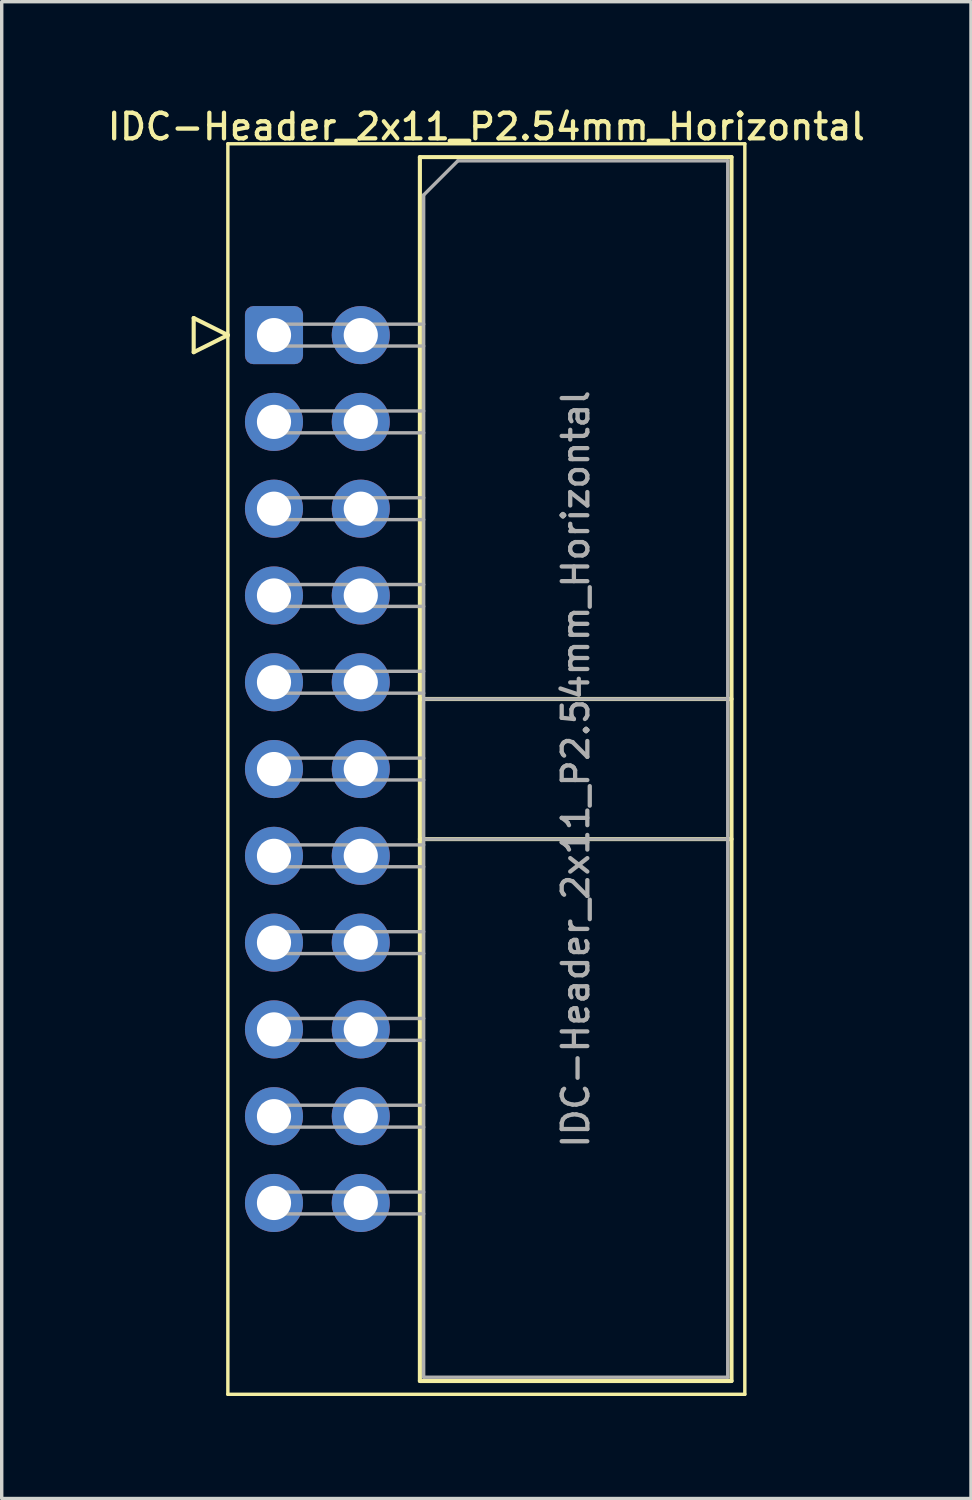
<source format=kicad_pcb>
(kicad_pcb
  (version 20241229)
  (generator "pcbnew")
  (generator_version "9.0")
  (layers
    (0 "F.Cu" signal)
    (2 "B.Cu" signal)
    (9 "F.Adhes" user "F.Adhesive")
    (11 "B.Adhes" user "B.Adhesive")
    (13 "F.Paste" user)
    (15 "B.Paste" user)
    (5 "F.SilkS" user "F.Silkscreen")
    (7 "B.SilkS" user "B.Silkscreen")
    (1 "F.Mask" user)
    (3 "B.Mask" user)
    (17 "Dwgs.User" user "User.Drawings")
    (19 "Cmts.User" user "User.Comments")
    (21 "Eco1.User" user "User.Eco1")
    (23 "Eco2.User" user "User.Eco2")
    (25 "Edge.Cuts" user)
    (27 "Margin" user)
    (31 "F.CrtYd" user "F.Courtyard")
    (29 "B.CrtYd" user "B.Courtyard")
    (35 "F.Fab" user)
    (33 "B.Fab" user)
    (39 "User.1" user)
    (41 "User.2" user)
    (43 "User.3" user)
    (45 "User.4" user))
  (footprint "IDC-Header_2x11_P2.54mm_Horizontal"
    (layer "F.Cu")
    (at 4.969 6.758)
    (property "Reference" "IDC-Header_2x11_P2.54mm_Horizontal" (at 6.215 -6.1 0) (layer "F.SilkS") (effects (font (size 0.75 0.75) (thickness 0.125))))
    (attr through_hole)
    (fp_line (start -2.35 -0.5) (end -2.35 0.5) (stroke (width 0.12) (type solid)) (layer "F.SilkS"))
    (fp_line (start -2.35 0.5) (end -1.35 0) (stroke (width 0.12) (type solid)) (layer "F.SilkS"))
    (fp_line (start -1.35 -5.6) (end -1.35 31) (stroke (width 0.1) (type solid)) (layer "F.SilkS"))
    (fp_line (start -1.35 0) (end -2.35 -0.5) (stroke (width 0.12) (type solid)) (layer "F.SilkS"))
    (fp_line (start -1.35 31) (end 13.78 31) (stroke (width 0.1) (type solid)) (layer "F.SilkS"))
    (fp_line (start 4.27 -5.21) (end 13.39 -5.21) (stroke (width 0.12) (type solid)) (layer "F.SilkS"))
    (fp_line (start 4.27 10.65) (end 13.39 10.65) (stroke (width 0.12) (type solid)) (layer "F.SilkS"))
    (fp_line (start 4.27 14.75) (end 13.39 14.75) (stroke (width 0.12) (type solid)) (layer "F.SilkS"))
    (fp_line (start 4.27 30.61) (end 4.27 -5.21) (stroke (width 0.12) (type solid)) (layer "F.SilkS"))
    (fp_line (start 13.39 -5.21) (end 13.39 30.61) (stroke (width 0.12) (type solid)) (layer "F.SilkS"))
    (fp_line (start 13.39 30.61) (end 4.27 30.61) (stroke (width 0.12) (type solid)) (layer "F.SilkS"))
    (fp_line (start 13.78 -5.6) (end -1.35 -5.6) (stroke (width 0.1) (type solid)) (layer "F.SilkS"))
    (fp_line (start 13.78 31) (end 13.78 -5.6) (stroke (width 0.1) (type solid)) (layer "F.SilkS"))
    (fp_line (start -0.32 -0.32) (end -0.32 0.32) (stroke (width 0.1) (type solid)) (layer "F.Fab"))
    (fp_line (start -0.32 0.32) (end 4.38 0.32) (stroke (width 0.1) (type solid)) (layer "F.Fab"))
    (fp_line (start -0.32 2.22) (end -0.32 2.86) (stroke (width 0.1) (type solid)) (layer "F.Fab"))
    (fp_line (start -0.32 2.86) (end 4.38 2.86) (stroke (width 0.1) (type solid)) (layer "F.Fab"))
    (fp_line (start -0.32 4.76) (end -0.32 5.4) (stroke (width 0.1) (type solid)) (layer "F.Fab"))
    (fp_line (start -0.32 5.4) (end 4.38 5.4) (stroke (width 0.1) (type solid)) (layer "F.Fab"))
    (fp_line (start -0.32 7.3) (end -0.32 7.94) (stroke (width 0.1) (type solid)) (layer "F.Fab"))
    (fp_line (start -0.32 7.94) (end 4.38 7.94) (stroke (width 0.1) (type solid)) (layer "F.Fab"))
    (fp_line (start -0.32 9.84) (end -0.32 10.48) (stroke (width 0.1) (type solid)) (layer "F.Fab"))
    (fp_line (start -0.32 10.48) (end 4.38 10.48) (stroke (width 0.1) (type solid)) (layer "F.Fab"))
    (fp_line (start -0.32 12.38) (end -0.32 13.02) (stroke (width 0.1) (type solid)) (layer "F.Fab"))
    (fp_line (start -0.32 13.02) (end 4.38 13.02) (stroke (width 0.1) (type solid)) (layer "F.Fab"))
    (fp_line (start -0.32 14.92) (end -0.32 15.56) (stroke (width 0.1) (type solid)) (layer "F.Fab"))
    (fp_line (start -0.32 15.56) (end 4.38 15.56) (stroke (width 0.1) (type solid)) (layer "F.Fab"))
    (fp_line (start -0.32 17.46) (end -0.32 18.1) (stroke (width 0.1) (type solid)) (layer "F.Fab"))
    (fp_line (start -0.32 18.1) (end 4.38 18.1) (stroke (width 0.1) (type solid)) (layer "F.Fab"))
    (fp_line (start -0.32 20) (end -0.32 20.64) (stroke (width 0.1) (type solid)) (layer "F.Fab"))
    (fp_line (start -0.32 20.64) (end 4.38 20.64) (stroke (width 0.1) (type solid)) (layer "F.Fab"))
    (fp_line (start -0.32 22.54) (end -0.32 23.18) (stroke (width 0.1) (type solid)) (layer "F.Fab"))
    (fp_line (start -0.32 23.18) (end 4.38 23.18) (stroke (width 0.1) (type solid)) (layer "F.Fab"))
    (fp_line (start -0.32 25.08) (end -0.32 25.72) (stroke (width 0.1) (type solid)) (layer "F.Fab"))
    (fp_line (start -0.32 25.72) (end 4.38 25.72) (stroke (width 0.1) (type solid)) (layer "F.Fab"))
    (fp_line (start 4.38 -4.1) (end 5.38 -5.1) (stroke (width 0.1) (type solid)) (layer "F.Fab"))
    (fp_line (start 4.38 -0.32) (end -0.32 -0.32) (stroke (width 0.1) (type solid)) (layer "F.Fab"))
    (fp_line (start 4.38 2.22) (end -0.32 2.22) (stroke (width 0.1) (type solid)) (layer "F.Fab"))
    (fp_line (start 4.38 4.76) (end -0.32 4.76) (stroke (width 0.1) (type solid)) (layer "F.Fab"))
    (fp_line (start 4.38 7.3) (end -0.32 7.3) (stroke (width 0.1) (type solid)) (layer "F.Fab"))
    (fp_line (start 4.38 9.84) (end -0.32 9.84) (stroke (width 0.1) (type solid)) (layer "F.Fab"))
    (fp_line (start 4.38 10.65) (end 13.28 10.65) (stroke (width 0.1) (type solid)) (layer "F.Fab"))
    (fp_line (start 4.38 12.38) (end -0.32 12.38) (stroke (width 0.1) (type solid)) (layer "F.Fab"))
    (fp_line (start 4.38 14.75) (end 13.28 14.75) (stroke (width 0.1) (type solid)) (layer "F.Fab"))
    (fp_line (start 4.38 14.92) (end -0.32 14.92) (stroke (width 0.1) (type solid)) (layer "F.Fab"))
    (fp_line (start 4.38 17.46) (end -0.32 17.46) (stroke (width 0.1) (type solid)) (layer "F.Fab"))
    (fp_line (start 4.38 20) (end -0.32 20) (stroke (width 0.1) (type solid)) (layer "F.Fab"))
    (fp_line (start 4.38 22.54) (end -0.32 22.54) (stroke (width 0.1) (type solid)) (layer "F.Fab"))
    (fp_line (start 4.38 25.08) (end -0.32 25.08) (stroke (width 0.1) (type solid)) (layer "F.Fab"))
    (fp_line (start 4.38 30.5) (end 4.38 -4.1) (stroke (width 0.1) (type solid)) (layer "F.Fab"))
    (fp_line (start 5.38 -5.1) (end 13.28 -5.1) (stroke (width 0.1) (type solid)) (layer "F.Fab"))
    (fp_line (start 13.28 -5.1) (end 13.28 30.5) (stroke (width 0.1) (type solid)) (layer "F.Fab"))
    (fp_line (start 13.28 30.5) (end 4.38 30.5) (stroke (width 0.1) (type solid)) (layer "F.Fab"))
    (fp_text user "${REFERENCE}" (at 8.83 12.7 90) (layer "F.Fab") (effects (font (size 0.75 0.75) (thickness 0.125))))
    (pad "1" thru_hole roundrect (at 0 0) (size 1.7 1.7) (drill 1) (layers "*.Cu" "*.Mask") (roundrect_rratio 0.147))
    (pad "2" thru_hole circle (at 2.54 0) (size 1.7 1.7) (drill 1) (layers "*.Cu" "*.Mask"))
    (pad "3" thru_hole circle (at 0 2.54) (size 1.7 1.7) (drill 1) (layers "*.Cu" "*.Mask"))
    (pad "4" thru_hole circle (at 2.54 2.54) (size 1.7 1.7) (drill 1) (layers "*.Cu" "*.Mask"))
    (pad "5" thru_hole circle (at 0 5.08) (size 1.7 1.7) (drill 1) (layers "*.Cu" "*.Mask"))
    (pad "6" thru_hole circle (at 2.54 5.08) (size 1.7 1.7) (drill 1) (layers "*.Cu" "*.Mask"))
    (pad "7" thru_hole circle (at 0 7.62) (size 1.7 1.7) (drill 1) (layers "*.Cu" "*.Mask"))
    (pad "8" thru_hole circle (at 2.54 7.62) (size 1.7 1.7) (drill 1) (layers "*.Cu" "*.Mask"))
    (pad "9" thru_hole circle (at 0 10.16) (size 1.7 1.7) (drill 1) (layers "*.Cu" "*.Mask"))
    (pad "10" thru_hole circle (at 2.54 10.16) (size 1.7 1.7) (drill 1) (layers "*.Cu" "*.Mask"))
    (pad "11" thru_hole circle (at 0 12.7) (size 1.7 1.7) (drill 1) (layers "*.Cu" "*.Mask"))
    (pad "12" thru_hole circle (at 2.54 12.7) (size 1.7 1.7) (drill 1) (layers "*.Cu" "*.Mask"))
    (pad "13" thru_hole circle (at 0 15.24) (size 1.7 1.7) (drill 1) (layers "*.Cu" "*.Mask"))
    (pad "14" thru_hole circle (at 2.54 15.24) (size 1.7 1.7) (drill 1) (layers "*.Cu" "*.Mask"))
    (pad "15" thru_hole circle (at 0 17.78) (size 1.7 1.7) (drill 1) (layers "*.Cu" "*.Mask"))
    (pad "16" thru_hole circle (at 2.54 17.78) (size 1.7 1.7) (drill 1) (layers "*.Cu" "*.Mask"))
    (pad "17" thru_hole circle (at 0 20.32) (size 1.7 1.7) (drill 1) (layers "*.Cu" "*.Mask"))
    (pad "18" thru_hole circle (at 2.54 20.32) (size 1.7 1.7) (drill 1) (layers "*.Cu" "*.Mask"))
    (pad "19" thru_hole circle (at 0 22.86) (size 1.7 1.7) (drill 1) (layers "*.Cu" "*.Mask"))
    (pad "20" thru_hole circle (at 2.54 22.86) (size 1.7 1.7) (drill 1) (layers "*.Cu" "*.Mask"))
    (pad "21" thru_hole circle (at 0 25.4) (size 1.7 1.7) (drill 1) (layers "*.Cu" "*.Mask"))
    (pad "22" thru_hole circle (at 2.54 25.4) (size 1.7 1.7) (drill 1) (layers "*.Cu" "*.Mask")))
  (gr_rect
    (start -3 -3)
    (end 25.368 40.808)
    (stroke (width 0.1) (type default))
    (fill no)
    (layer "Edge.Cuts")))
</source>
